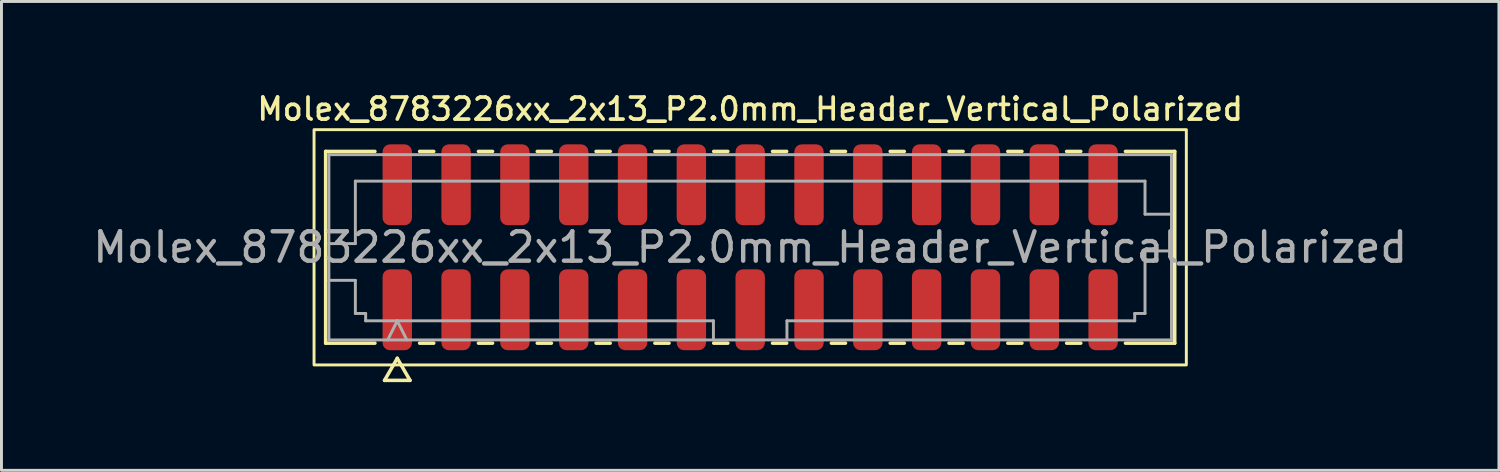
<source format=kicad_pcb>
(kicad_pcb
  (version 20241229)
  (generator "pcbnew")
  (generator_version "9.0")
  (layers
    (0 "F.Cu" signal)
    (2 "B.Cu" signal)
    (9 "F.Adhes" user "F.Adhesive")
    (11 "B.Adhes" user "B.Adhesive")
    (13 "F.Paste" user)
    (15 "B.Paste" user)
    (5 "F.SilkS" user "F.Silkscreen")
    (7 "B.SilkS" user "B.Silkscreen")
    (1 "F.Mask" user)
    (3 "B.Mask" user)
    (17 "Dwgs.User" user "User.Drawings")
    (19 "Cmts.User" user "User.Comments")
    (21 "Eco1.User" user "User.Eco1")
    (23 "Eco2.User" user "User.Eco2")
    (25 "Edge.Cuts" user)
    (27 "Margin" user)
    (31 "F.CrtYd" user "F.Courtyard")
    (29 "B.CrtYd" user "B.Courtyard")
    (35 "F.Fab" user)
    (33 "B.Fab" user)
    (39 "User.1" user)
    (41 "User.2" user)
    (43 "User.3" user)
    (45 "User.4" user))
  (footprint "Molex_8783226xx_2x13_P2.0mm_Header_Vertical_Polarized"
    (layer "F.Cu")
    (at 22.458 5.358)
    (property "Reference" "Molex_8783226xx_2x13_P2.0mm_Header_Vertical_Polarized" (at 0 -4.7 0) (layer "F.SilkS") (effects (font (size 0.75 0.75) (thickness 0.125))))
    (attr smd)
    (fp_line (start -14.435 -3.26) (end -12.76 -3.26) (stroke (width 0.12) (type solid)) (layer "F.SilkS"))
    (fp_line (start -14.435 3.26) (end -14.435 -3.26) (stroke (width 0.12) (type solid)) (layer "F.SilkS"))
    (fp_line (start -12.76 3.26) (end -14.435 3.26) (stroke (width 0.12) (type solid)) (layer "F.SilkS"))
    (fp_line (start -12.433 4.525) (end -12 3.775) (stroke (width 0.12) (type solid)) (layer "F.SilkS"))
    (fp_line (start -12 3.775) (end -11.567 4.525) (stroke (width 0.12) (type solid)) (layer "F.SilkS"))
    (fp_line (start -11.567 4.525) (end -12.433 4.525) (stroke (width 0.12) (type solid)) (layer "F.SilkS"))
    (fp_line (start -11.24 -3.26) (end -10.76 -3.26) (stroke (width 0.12) (type solid)) (layer "F.SilkS"))
    (fp_line (start -10.76 3.26) (end -11.24 3.26) (stroke (width 0.12) (type solid)) (layer "F.SilkS"))
    (fp_line (start -9.24 -3.26) (end -8.76 -3.26) (stroke (width 0.12) (type solid)) (layer "F.SilkS"))
    (fp_line (start -8.76 3.26) (end -9.24 3.26) (stroke (width 0.12) (type solid)) (layer "F.SilkS"))
    (fp_line (start -7.24 -3.26) (end -6.76 -3.26) (stroke (width 0.12) (type solid)) (layer "F.SilkS"))
    (fp_line (start -6.76 3.26) (end -7.24 3.26) (stroke (width 0.12) (type solid)) (layer "F.SilkS"))
    (fp_line (start -5.24 -3.26) (end -4.76 -3.26) (stroke (width 0.12) (type solid)) (layer "F.SilkS"))
    (fp_line (start -4.76 3.26) (end -5.24 3.26) (stroke (width 0.12) (type solid)) (layer "F.SilkS"))
    (fp_line (start -3.24 -3.26) (end -2.76 -3.26) (stroke (width 0.12) (type solid)) (layer "F.SilkS"))
    (fp_line (start -2.76 3.26) (end -3.24 3.26) (stroke (width 0.12) (type solid)) (layer "F.SilkS"))
    (fp_line (start -1.24 -3.26) (end -0.76 -3.26) (stroke (width 0.12) (type solid)) (layer "F.SilkS"))
    (fp_line (start -0.76 3.26) (end -1.24 3.26) (stroke (width 0.12) (type solid)) (layer "F.SilkS"))
    (fp_line (start 0.76 -3.26) (end 1.24 -3.26) (stroke (width 0.12) (type solid)) (layer "F.SilkS"))
    (fp_line (start 1.24 3.26) (end 0.76 3.26) (stroke (width 0.12) (type solid)) (layer "F.SilkS"))
    (fp_line (start 2.76 -3.26) (end 3.24 -3.26) (stroke (width 0.12) (type solid)) (layer "F.SilkS"))
    (fp_line (start 3.24 3.26) (end 2.76 3.26) (stroke (width 0.12) (type solid)) (layer "F.SilkS"))
    (fp_line (start 4.76 -3.26) (end 5.24 -3.26) (stroke (width 0.12) (type solid)) (layer "F.SilkS"))
    (fp_line (start 5.24 3.26) (end 4.76 3.26) (stroke (width 0.12) (type solid)) (layer "F.SilkS"))
    (fp_line (start 6.76 -3.26) (end 7.24 -3.26) (stroke (width 0.12) (type solid)) (layer "F.SilkS"))
    (fp_line (start 7.24 3.26) (end 6.76 3.26) (stroke (width 0.12) (type solid)) (layer "F.SilkS"))
    (fp_line (start 8.76 -3.26) (end 9.24 -3.26) (stroke (width 0.12) (type solid)) (layer "F.SilkS"))
    (fp_line (start 9.24 3.26) (end 8.76 3.26) (stroke (width 0.12) (type solid)) (layer "F.SilkS"))
    (fp_line (start 10.76 -3.26) (end 11.24 -3.26) (stroke (width 0.12) (type solid)) (layer "F.SilkS"))
    (fp_line (start 11.24 3.26) (end 10.76 3.26) (stroke (width 0.12) (type solid)) (layer "F.SilkS"))
    (fp_line (start 12.76 -3.26) (end 14.435 -3.26) (stroke (width 0.12) (type solid)) (layer "F.SilkS"))
    (fp_line (start 14.435 -3.26) (end 14.435 3.26) (stroke (width 0.12) (type solid)) (layer "F.SilkS"))
    (fp_line (start 14.435 3.26) (end 12.76 3.26) (stroke (width 0.12) (type solid)) (layer "F.SilkS"))
    (fp_rect (start -14.83 -4) (end 14.83 4) (stroke (width 0.1) (type solid)) (fill no) (layer "F.SilkS"))
    (fp_line (start -14.325 -3.15) (end 14.325 -3.15) (stroke (width 0.1) (type solid)) (layer "F.Fab"))
    (fp_line (start -14.325 -0.125) (end -13.425 -0.125) (stroke (width 0.1) (type solid)) (layer "F.Fab"))
    (fp_line (start -14.325 1.125) (end -13.425 1.125) (stroke (width 0.1) (type solid)) (layer "F.Fab"))
    (fp_line (start -14.325 3.15) (end -14.325 -3.15) (stroke (width 0.1) (type solid)) (layer "F.Fab"))
    (fp_line (start -13.425 -2.25) (end 13.425 -2.25) (stroke (width 0.1) (type solid)) (layer "F.Fab"))
    (fp_line (start -13.425 -0.125) (end -13.425 -2.25) (stroke (width 0.1) (type solid)) (layer "F.Fab"))
    (fp_line (start -13.425 1.125) (end -13.425 2.25) (stroke (width 0.1) (type solid)) (layer "F.Fab"))
    (fp_line (start -13.425 2.25) (end -13.075 2.25) (stroke (width 0.1) (type solid)) (layer "F.Fab"))
    (fp_line (start -13.075 2.25) (end -13.075 2.5) (stroke (width 0.1) (type solid)) (layer "F.Fab"))
    (fp_line (start -13.075 2.5) (end -1.25 2.5) (stroke (width 0.1) (type solid)) (layer "F.Fab"))
    (fp_line (start -12.325 3.15) (end -12 2.5) (stroke (width 0.1) (type solid)) (layer "F.Fab"))
    (fp_line (start -12 2.5) (end -11.675 3.15) (stroke (width 0.1) (type solid)) (layer "F.Fab"))
    (fp_line (start -1.25 2.5) (end -1.25 3.15) (stroke (width 0.1) (type solid)) (layer "F.Fab"))
    (fp_line (start 1.25 2.5) (end 1.25 3.15) (stroke (width 0.1) (type solid)) (layer "F.Fab"))
    (fp_line (start 1.25 2.5) (end 13.075 2.5) (stroke (width 0.1) (type solid)) (layer "F.Fab"))
    (fp_line (start 13.075 2.25) (end 13.425 2.25) (stroke (width 0.1) (type solid)) (layer "F.Fab"))
    (fp_line (start 13.075 2.5) (end 13.075 2.25) (stroke (width 0.1) (type solid)) (layer "F.Fab"))
    (fp_line (start 13.425 -2.25) (end 13.425 -1.125) (stroke (width 0.1) (type solid)) (layer "F.Fab"))
    (fp_line (start 13.425 -1.125) (end 14.325 -1.125) (stroke (width 0.1) (type solid)) (layer "F.Fab"))
    (fp_line (start 13.425 0.125) (end 14.325 0.125) (stroke (width 0.1) (type solid)) (layer "F.Fab"))
    (fp_line (start 13.425 2.25) (end 13.425 0.125) (stroke (width 0.1) (type solid)) (layer "F.Fab"))
    (fp_line (start 14.325 -3.15) (end 14.325 3.15) (stroke (width 0.1) (type solid)) (layer "F.Fab"))
    (fp_line (start 14.325 3.15) (end -14.325 3.15) (stroke (width 0.1) (type solid)) (layer "F.Fab"))
    (fp_text user "${REFERENCE}" (at 0 0 0) (layer "F.Fab") (effects (font (size 1 1) (thickness 0.15))))
    (pad "1" smd roundrect (at -12 2.125) (size 1 2.75) (layers "F.Cu" "F.Mask" "F.Paste") (roundrect_rratio 0.25))
    (pad "2" smd roundrect (at -12 -2.125) (size 1 2.75) (layers "F.Cu" "F.Mask" "F.Paste") (roundrect_rratio 0.25))
    (pad "3" smd roundrect (at -10 2.125) (size 1 2.75) (layers "F.Cu" "F.Mask" "F.Paste") (roundrect_rratio 0.25))
    (pad "4" smd roundrect (at -10 -2.125) (size 1 2.75) (layers "F.Cu" "F.Mask" "F.Paste") (roundrect_rratio 0.25))
    (pad "5" smd roundrect (at -8 2.125) (size 1 2.75) (layers "F.Cu" "F.Mask" "F.Paste") (roundrect_rratio 0.25))
    (pad "6" smd roundrect (at -8 -2.125) (size 1 2.75) (layers "F.Cu" "F.Mask" "F.Paste") (roundrect_rratio 0.25))
    (pad "7" smd roundrect (at -6 2.125) (size 1 2.75) (layers "F.Cu" "F.Mask" "F.Paste") (roundrect_rratio 0.25))
    (pad "8" smd roundrect (at -6 -2.125) (size 1 2.75) (layers "F.Cu" "F.Mask" "F.Paste") (roundrect_rratio 0.25))
    (pad "9" smd roundrect (at -4 2.125) (size 1 2.75) (layers "F.Cu" "F.Mask" "F.Paste") (roundrect_rratio 0.25))
    (pad "10" smd roundrect (at -4 -2.125) (size 1 2.75) (layers "F.Cu" "F.Mask" "F.Paste") (roundrect_rratio 0.25))
    (pad "11" smd roundrect (at -2 2.125) (size 1 2.75) (layers "F.Cu" "F.Mask" "F.Paste") (roundrect_rratio 0.25))
    (pad "12" smd roundrect (at -2 -2.125) (size 1 2.75) (layers "F.Cu" "F.Mask" "F.Paste") (roundrect_rratio 0.25))
    (pad "13" smd roundrect (at 0 2.125) (size 1 2.75) (layers "F.Cu" "F.Mask" "F.Paste") (roundrect_rratio 0.25))
    (pad "14" smd roundrect (at 0 -2.125) (size 1 2.75) (layers "F.Cu" "F.Mask" "F.Paste") (roundrect_rratio 0.25))
    (pad "15" smd roundrect (at 2 2.125) (size 1 2.75) (layers "F.Cu" "F.Mask" "F.Paste") (roundrect_rratio 0.25))
    (pad "16" smd roundrect (at 2 -2.125) (size 1 2.75) (layers "F.Cu" "F.Mask" "F.Paste") (roundrect_rratio 0.25))
    (pad "17" smd roundrect (at 4 2.125) (size 1 2.75) (layers "F.Cu" "F.Mask" "F.Paste") (roundrect_rratio 0.25))
    (pad "18" smd roundrect (at 4 -2.125) (size 1 2.75) (layers "F.Cu" "F.Mask" "F.Paste") (roundrect_rratio 0.25))
    (pad "19" smd roundrect (at 6 2.125) (size 1 2.75) (layers "F.Cu" "F.Mask" "F.Paste") (roundrect_rratio 0.25))
    (pad "20" smd roundrect (at 6 -2.125) (size 1 2.75) (layers "F.Cu" "F.Mask" "F.Paste") (roundrect_rratio 0.25))
    (pad "21" smd roundrect (at 8 2.125) (size 1 2.75) (layers "F.Cu" "F.Mask" "F.Paste") (roundrect_rratio 0.25))
    (pad "22" smd roundrect (at 8 -2.125) (size 1 2.75) (layers "F.Cu" "F.Mask" "F.Paste") (roundrect_rratio 0.25))
    (pad "23" smd roundrect (at 10 2.125) (size 1 2.75) (layers "F.Cu" "F.Mask" "F.Paste") (roundrect_rratio 0.25))
    (pad "24" smd roundrect (at 10 -2.125) (size 1 2.75) (layers "F.Cu" "F.Mask" "F.Paste") (roundrect_rratio 0.25))
    (pad "25" smd roundrect (at 12 2.125) (size 1 2.75) (layers "F.Cu" "F.Mask" "F.Paste") (roundrect_rratio 0.25))
    (pad "26" smd roundrect (at 12 -2.125) (size 1 2.75) (layers "F.Cu" "F.Mask" "F.Paste") (roundrect_rratio 0.25)))
  (gr_rect
    (start -3 -3)
    (end 47.917 12.943)
    (stroke (width 0.1) (type default))
    (fill no)
    (layer "Edge.Cuts")))
</source>
